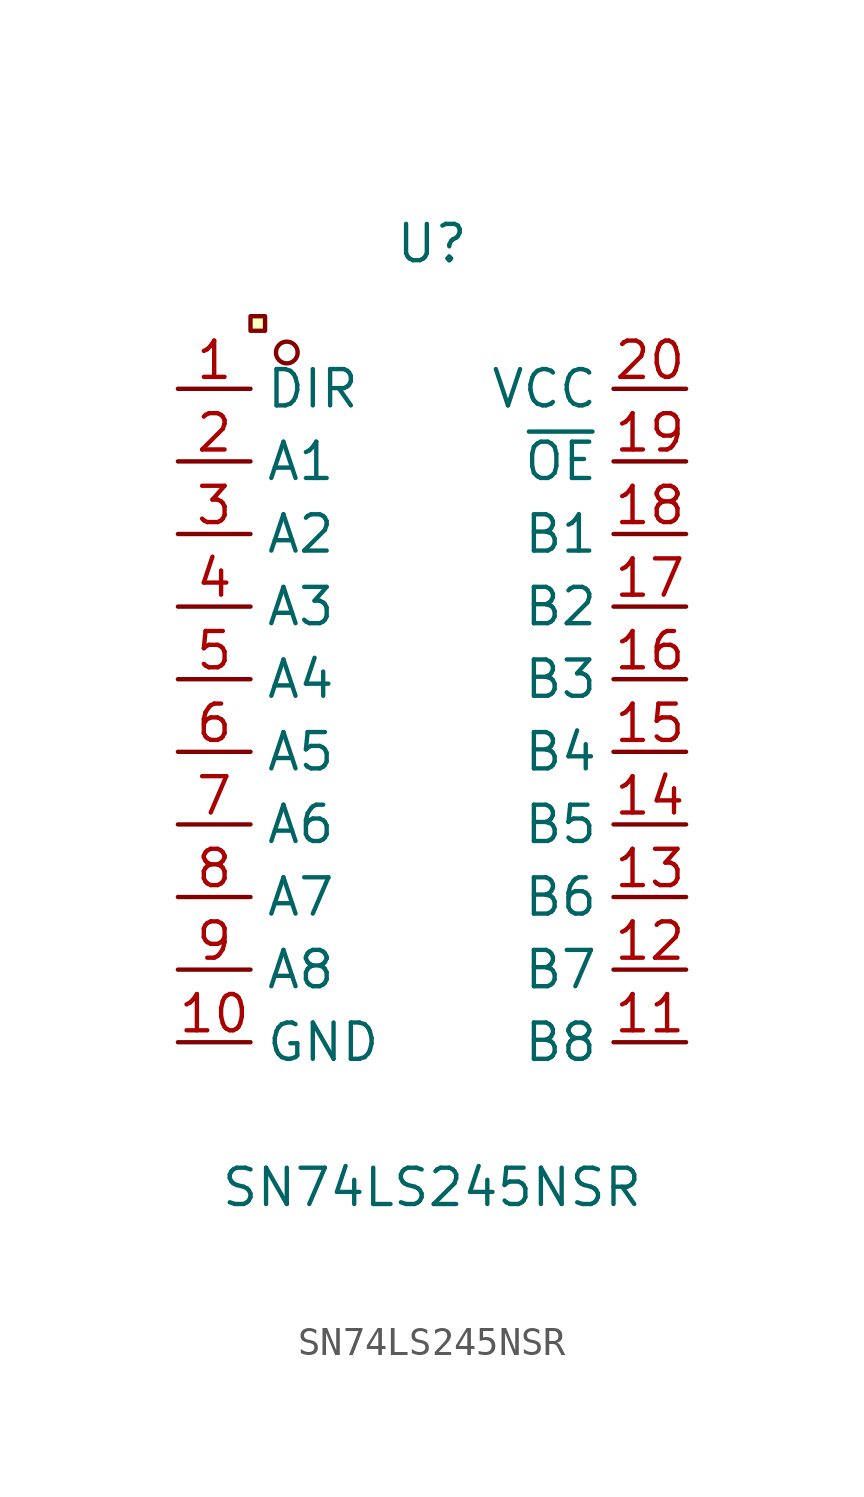
<source format=kicad_sym>
(kicad_symbol_lib
  (version 20241209)
  (generator "kicad_symbol_editor")
  (generator_version "9.0")
  (symbol "SN74LS245NSR"
    (property "Reference" "U"
      (at 0 16.51 0)
      (effects (font (size 1.27 1.27))))
    (property "Value" "SN74LS245NSR"
      (at 0 -16.51 0)
      (effects (font (size 1.27 1.27))))
    (symbol "SN74LS245NSR_0_1"
      (rectangle (start -6.35 13.97) (end -5.84 13.46) (stroke (width 0) (type default)) (fill (type background)))
      (circle (center -5.08 12.7) (radius 0.38) (stroke (width 0) (type default)) (fill (type none)))
      (pin unspecified line (at -8.89 11.43 0) (length 2.54) (name "DIR" (effects (font (size 1.27 1.27)))) (number "1" (effects (font (size 1.27 1.27)))))
      (pin unspecified line (at -8.89 8.89 0) (length 2.54) (name "A1" (effects (font (size 1.27 1.27)))) (number "2" (effects (font (size 1.27 1.27)))))
      (pin unspecified line (at -8.89 6.35 0) (length 2.54) (name "A2" (effects (font (size 1.27 1.27)))) (number "3" (effects (font (size 1.27 1.27)))))
      (pin unspecified line (at -8.89 3.81 0) (length 2.54) (name "A3" (effects (font (size 1.27 1.27)))) (number "4" (effects (font (size 1.27 1.27)))))
      (pin unspecified line (at -8.89 1.27 0) (length 2.54) (name "A4" (effects (font (size 1.27 1.27)))) (number "5" (effects (font (size 1.27 1.27)))))
      (pin unspecified line (at -8.89 -1.27 0) (length 2.54) (name "A5" (effects (font (size 1.27 1.27)))) (number "6" (effects (font (size 1.27 1.27)))))
      (pin unspecified line (at -8.89 -3.81 0) (length 2.54) (name "A6" (effects (font (size 1.27 1.27)))) (number "7" (effects (font (size 1.27 1.27)))))
      (pin unspecified line (at -8.89 -6.35 0) (length 2.54) (name "A7" (effects (font (size 1.27 1.27)))) (number "8" (effects (font (size 1.27 1.27)))))
      (pin unspecified line (at -8.89 -8.89 0) (length 2.54) (name "A8" (effects (font (size 1.27 1.27)))) (number "9" (effects (font (size 1.27 1.27)))))
      (pin unspecified line (at -8.89 -11.43 0) (length 2.54) (name "GND" (effects (font (size 1.27 1.27)))) (number "10" (effects (font (size 1.27 1.27)))))
      (pin unspecified line (at 8.89 11.43 180) (length 2.54) (name "VCC" (effects (font (size 1.27 1.27)))) (number "20" (effects (font (size 1.27 1.27)))))
      (pin unspecified line (at 8.89 8.89 180) (length 2.54) (name "~{OE}" (effects (font (size 1.27 1.27)))) (number "19" (effects (font (size 1.27 1.27)))))
      (pin unspecified line (at 8.89 6.35 180) (length 2.54) (name "B1" (effects (font (size 1.27 1.27)))) (number "18" (effects (font (size 1.27 1.27)))))
      (pin unspecified line (at 8.89 3.81 180) (length 2.54) (name "B2" (effects (font (size 1.27 1.27)))) (number "17" (effects (font (size 1.27 1.27)))))
      (pin unspecified line (at 8.89 1.27 180) (length 2.54) (name "B3" (effects (font (size 1.27 1.27)))) (number "16" (effects (font (size 1.27 1.27)))))
      (pin unspecified line (at 8.89 -1.27 180) (length 2.54) (name "B4" (effects (font (size 1.27 1.27)))) (number "15" (effects (font (size 1.27 1.27)))))
      (pin unspecified line (at 8.89 -3.81 180) (length 2.54) (name "B5" (effects (font (size 1.27 1.27)))) (number "14" (effects (font (size 1.27 1.27)))))
      (pin unspecified line (at 8.89 -6.35 180) (length 2.54) (name "B6" (effects (font (size 1.27 1.27)))) (number "13" (effects (font (size 1.27 1.27)))))
      (pin unspecified line (at 8.89 -8.89 180) (length 2.54) (name "B7" (effects (font (size 1.27 1.27)))) (number "12" (effects (font (size 1.27 1.27)))))
      (pin unspecified line (at 8.89 -11.43 180) (length 2.54) (name "B8" (effects (font (size 1.27 1.27)))) (number "11" (effects (font (size 1.27 1.27))))))))
</source>
